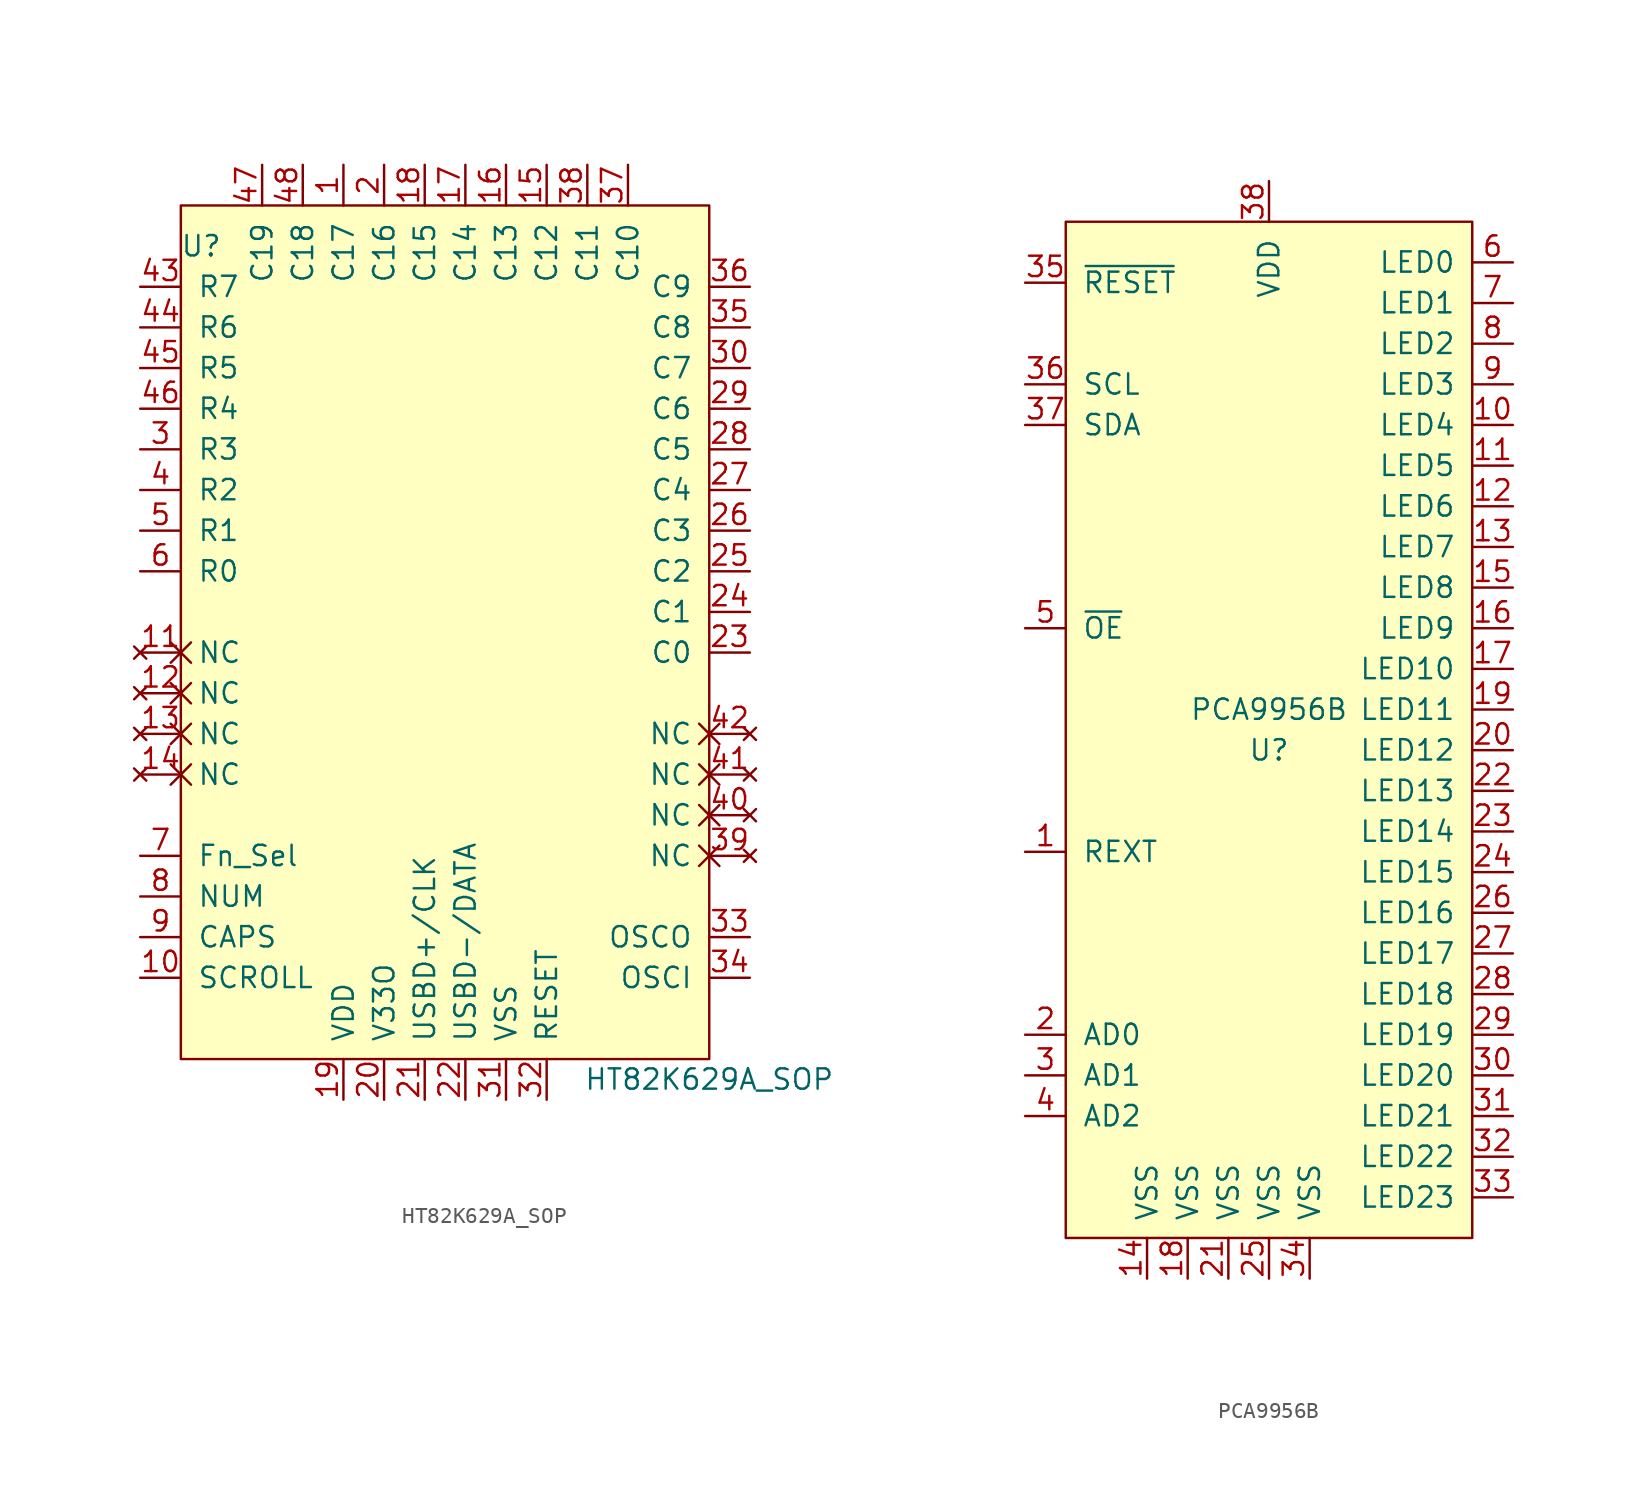
<source format=kicad_sym>
(kicad_symbol_lib
  (version 20231120)
  (generator "kicad_symbol_editor")
  (generator_version "8.0")
  (symbol "HT82K629A_SOP"
    (pin_names
      (offset 1.016))
    (property "Reference" "U"
      (at -15.24 24.13 0)
      (effects (font (size 1.27 1.27))))
    (property "Value" "HT82K629A_SOP"
      (at 16.51 -27.94 0)
      (effects (font (size 1.27 1.27))))
    (symbol "HT82K629A_SOP_0_1"
      (rectangle (start 16.51 26.67) (end -16.51 -26.67) (stroke (width 0) (type solid)) (fill (type background))))
    (symbol "HT82K629A_SOP_1_1"
      (pin output line (at -6.35 29.21 270) (length 2.54) (name "C17" (effects (font (size 1.27 1.27)))) (number "1" (effects (font (size 1.27 1.27)))))
      (pin output line (at -19.05 -21.59 0) (length 2.54) (name "SCROLL" (effects (font (size 1.27 1.27)))) (number "10" (effects (font (size 1.27 1.27)))))
      (pin no_connect non_logic (at -19.05 -1.27 0) (length 2.54) (name "NC" (effects (font (size 1.27 1.27)))) (number "11" (effects (font (size 1.27 1.27)))))
      (pin no_connect non_logic (at -19.05 -3.81 0) (length 2.54) (name "NC" (effects (font (size 1.27 1.27)))) (number "12" (effects (font (size 1.27 1.27)))))
      (pin no_connect non_logic (at -19.05 -6.35 0) (length 2.54) (name "NC" (effects (font (size 1.27 1.27)))) (number "13" (effects (font (size 1.27 1.27)))))
      (pin no_connect non_logic (at -19.05 -8.89 0) (length 2.54) (name "NC" (effects (font (size 1.27 1.27)))) (number "14" (effects (font (size 1.27 1.27)))))
      (pin output line (at 6.35 29.21 270) (length 2.54) (name "C12" (effects (font (size 1.27 1.27)))) (number "15" (effects (font (size 1.27 1.27)))))
      (pin output line (at 3.81 29.21 270) (length 2.54) (name "C13" (effects (font (size 1.27 1.27)))) (number "16" (effects (font (size 1.27 1.27)))))
      (pin output line (at 1.27 29.21 270) (length 2.54) (name "C14" (effects (font (size 1.27 1.27)))) (number "17" (effects (font (size 1.27 1.27)))))
      (pin output line (at -1.27 29.21 270) (length 2.54) (name "C15" (effects (font (size 1.27 1.27)))) (number "18" (effects (font (size 1.27 1.27)))))
      (pin power_in line (at -6.35 -29.21 90) (length 2.54) (name "VDD" (effects (font (size 1.27 1.27)))) (number "19" (effects (font (size 1.27 1.27)))))
      (pin output line (at -3.81 29.21 270) (length 2.54) (name "C16" (effects (font (size 1.27 1.27)))) (number "2" (effects (font (size 1.27 1.27)))))
      (pin power_out line (at -3.81 -29.21 90) (length 2.54) (name "V33O" (effects (font (size 1.27 1.27)))) (number "20" (effects (font (size 1.27 1.27)))))
      (pin bidirectional line (at -1.27 -29.21 90) (length 2.54) (name "USBD+/CLK" (effects (font (size 1.27 1.27)))) (number "21" (effects (font (size 1.27 1.27)))))
      (pin bidirectional line (at 1.27 -29.21 90) (length 2.54) (name "USBD-/DATA" (effects (font (size 1.27 1.27)))) (number "22" (effects (font (size 1.27 1.27)))))
      (pin output line (at 19.05 -1.27 180) (length 2.54) (name "C0" (effects (font (size 1.27 1.27)))) (number "23" (effects (font (size 1.27 1.27)))))
      (pin output line (at 19.05 1.27 180) (length 2.54) (name "C1" (effects (font (size 1.27 1.27)))) (number "24" (effects (font (size 1.27 1.27)))))
      (pin output line (at 19.05 3.81 180) (length 2.54) (name "C2" (effects (font (size 1.27 1.27)))) (number "25" (effects (font (size 1.27 1.27)))))
      (pin output line (at 19.05 6.35 180) (length 2.54) (name "C3" (effects (font (size 1.27 1.27)))) (number "26" (effects (font (size 1.27 1.27)))))
      (pin output line (at 19.05 8.89 180) (length 2.54) (name "C4" (effects (font (size 1.27 1.27)))) (number "27" (effects (font (size 1.27 1.27)))))
      (pin output line (at 19.05 11.43 180) (length 2.54) (name "C5" (effects (font (size 1.27 1.27)))) (number "28" (effects (font (size 1.27 1.27)))))
      (pin output line (at 19.05 13.97 180) (length 2.54) (name "C6" (effects (font (size 1.27 1.27)))) (number "29" (effects (font (size 1.27 1.27)))))
      (pin input line (at -19.05 11.43 0) (length 2.54) (name "R3" (effects (font (size 1.27 1.27)))) (number "3" (effects (font (size 1.27 1.27)))))
      (pin output line (at 19.05 16.51 180) (length 2.54) (name "C7" (effects (font (size 1.27 1.27)))) (number "30" (effects (font (size 1.27 1.27)))))
      (pin power_out line (at 3.81 -29.21 90) (length 2.54) (name "VSS" (effects (font (size 1.27 1.27)))) (number "31" (effects (font (size 1.27 1.27)))))
      (pin input line (at 6.35 -29.21 90) (length 2.54) (name "RESET" (effects (font (size 1.27 1.27)))) (number "32" (effects (font (size 1.27 1.27)))))
      (pin output line (at 19.05 -19.05 180) (length 2.54) (name "OSCO" (effects (font (size 1.27 1.27)))) (number "33" (effects (font (size 1.27 1.27)))))
      (pin input line (at 19.05 -21.59 180) (length 2.54) (name "OSCI" (effects (font (size 1.27 1.27)))) (number "34" (effects (font (size 1.27 1.27)))))
      (pin output line (at 19.05 19.05 180) (length 2.54) (name "C8" (effects (font (size 1.27 1.27)))) (number "35" (effects (font (size 1.27 1.27)))))
      (pin output line (at 19.05 21.59 180) (length 2.54) (name "C9" (effects (font (size 1.27 1.27)))) (number "36" (effects (font (size 1.27 1.27)))))
      (pin output line (at 11.43 29.21 270) (length 2.54) (name "C10" (effects (font (size 1.27 1.27)))) (number "37" (effects (font (size 1.27 1.27)))))
      (pin output line (at 8.89 29.21 270) (length 2.54) (name "C11" (effects (font (size 1.27 1.27)))) (number "38" (effects (font (size 1.27 1.27)))))
      (pin no_connect non_logic (at 19.05 -13.97 180) (length 2.54) (name "NC" (effects (font (size 1.27 1.27)))) (number "39" (effects (font (size 1.27 1.27)))))
      (pin input line (at -19.05 8.89 0) (length 2.54) (name "R2" (effects (font (size 1.27 1.27)))) (number "4" (effects (font (size 1.27 1.27)))))
      (pin no_connect non_logic (at 19.05 -11.43 180) (length 2.54) (name "NC" (effects (font (size 1.27 1.27)))) (number "40" (effects (font (size 1.27 1.27)))))
      (pin no_connect non_logic (at 19.05 -8.89 180) (length 2.54) (name "NC" (effects (font (size 1.27 1.27)))) (number "41" (effects (font (size 1.27 1.27)))))
      (pin no_connect non_logic (at 19.05 -6.35 180) (length 2.54) (name "NC" (effects (font (size 1.27 1.27)))) (number "42" (effects (font (size 1.27 1.27)))))
      (pin input line (at -19.05 21.59 0) (length 2.54) (name "R7" (effects (font (size 1.27 1.27)))) (number "43" (effects (font (size 1.27 1.27)))))
      (pin input line (at -19.05 19.05 0) (length 2.54) (name "R6" (effects (font (size 1.27 1.27)))) (number "44" (effects (font (size 1.27 1.27)))))
      (pin input line (at -19.05 16.51 0) (length 2.54) (name "R5" (effects (font (size 1.27 1.27)))) (number "45" (effects (font (size 1.27 1.27)))))
      (pin input line (at -19.05 13.97 0) (length 2.54) (name "R4" (effects (font (size 1.27 1.27)))) (number "46" (effects (font (size 1.27 1.27)))))
      (pin output line (at -11.43 29.21 270) (length 2.54) (name "C19" (effects (font (size 1.27 1.27)))) (number "47" (effects (font (size 1.27 1.27)))))
      (pin output line (at -8.89 29.21 270) (length 2.54) (name "C18" (effects (font (size 1.27 1.27)))) (number "48" (effects (font (size 1.27 1.27)))))
      (pin input line (at -19.05 6.35 0) (length 2.54) (name "R1" (effects (font (size 1.27 1.27)))) (number "5" (effects (font (size 1.27 1.27)))))
      (pin input line (at -19.05 3.81 0) (length 2.54) (name "R0" (effects (font (size 1.27 1.27)))) (number "6" (effects (font (size 1.27 1.27)))))
      (pin input line (at -19.05 -13.97 0) (length 2.54) (name "Fn_Sel" (effects (font (size 1.27 1.27)))) (number "7" (effects (font (size 1.27 1.27)))))
      (pin output line (at -19.05 -16.51 0) (length 2.54) (name "NUM" (effects (font (size 1.27 1.27)))) (number "8" (effects (font (size 1.27 1.27)))))
      (pin output line (at -19.05 -19.05 0) (length 2.54) (name "CAPS" (effects (font (size 1.27 1.27)))) (number "9" (effects (font (size 1.27 1.27)))))))
  (symbol "PCA9956B"
    (pin_names
      (offset 1.016))
    (property "Reference" "U"
      (at 0 -1.27 0)
      (effects (font (size 1.27 1.27))))
    (property "Value" "PCA9956B"
      (at 0 1.27 0)
      (effects (font (size 1.27 1.27))))
    (symbol "PCA9956B_0_1"
      (rectangle (start 12.7 -31.75) (end -12.7 31.75) (stroke (width 0) (type solid)) (fill (type background))))
    (symbol "PCA9956B_1_1"
      (pin input line (at -15.24 -7.62 0) (length 2.54) (name "REXT" (effects (font (size 1.27 1.27)))) (number "1" (effects (font (size 1.27 1.27)))))
      (pin output line (at 15.24 19.05 180) (length 2.54) (name "LED4" (effects (font (size 1.27 1.27)))) (number "10" (effects (font (size 1.27 1.27)))))
      (pin output line (at 15.24 16.51 180) (length 2.54) (name "LED5" (effects (font (size 1.27 1.27)))) (number "11" (effects (font (size 1.27 1.27)))))
      (pin output line (at 15.24 13.97 180) (length 2.54) (name "LED6" (effects (font (size 1.27 1.27)))) (number "12" (effects (font (size 1.27 1.27)))))
      (pin output line (at 15.24 11.43 180) (length 2.54) (name "LED7" (effects (font (size 1.27 1.27)))) (number "13" (effects (font (size 1.27 1.27)))))
      (pin power_out line (at -7.62 -34.29 90) (length 2.54) (name "VSS" (effects (font (size 1.27 1.27)))) (number "14" (effects (font (size 1.27 1.27)))))
      (pin output line (at 15.24 8.89 180) (length 2.54) (name "LED8" (effects (font (size 1.27 1.27)))) (number "15" (effects (font (size 1.27 1.27)))))
      (pin output line (at 15.24 6.35 180) (length 2.54) (name "LED9" (effects (font (size 1.27 1.27)))) (number "16" (effects (font (size 1.27 1.27)))))
      (pin output line (at 15.24 3.81 180) (length 2.54) (name "LED10" (effects (font (size 1.27 1.27)))) (number "17" (effects (font (size 1.27 1.27)))))
      (pin power_out line (at -5.08 -34.29 90) (length 2.54) (name "VSS" (effects (font (size 1.27 1.27)))) (number "18" (effects (font (size 1.27 1.27)))))
      (pin output line (at 15.24 1.27 180) (length 2.54) (name "LED11" (effects (font (size 1.27 1.27)))) (number "19" (effects (font (size 1.27 1.27)))))
      (pin input line (at -15.24 -19.05 0) (length 2.54) (name "AD0" (effects (font (size 1.27 1.27)))) (number "2" (effects (font (size 1.27 1.27)))))
      (pin output line (at 15.24 -1.27 180) (length 2.54) (name "LED12" (effects (font (size 1.27 1.27)))) (number "20" (effects (font (size 1.27 1.27)))))
      (pin power_out line (at -2.54 -34.29 90) (length 2.54) (name "VSS" (effects (font (size 1.27 1.27)))) (number "21" (effects (font (size 1.27 1.27)))))
      (pin output line (at 15.24 -3.81 180) (length 2.54) (name "LED13" (effects (font (size 1.27 1.27)))) (number "22" (effects (font (size 1.27 1.27)))))
      (pin output line (at 15.24 -6.35 180) (length 2.54) (name "LED14" (effects (font (size 1.27 1.27)))) (number "23" (effects (font (size 1.27 1.27)))))
      (pin output line (at 15.24 -8.89 180) (length 2.54) (name "LED15" (effects (font (size 1.27 1.27)))) (number "24" (effects (font (size 1.27 1.27)))))
      (pin power_out line (at 0 -34.29 90) (length 2.54) (name "VSS" (effects (font (size 1.27 1.27)))) (number "25" (effects (font (size 1.27 1.27)))))
      (pin output line (at 15.24 -11.43 180) (length 2.54) (name "LED16" (effects (font (size 1.27 1.27)))) (number "26" (effects (font (size 1.27 1.27)))))
      (pin output line (at 15.24 -13.97 180) (length 2.54) (name "LED17" (effects (font (size 1.27 1.27)))) (number "27" (effects (font (size 1.27 1.27)))))
      (pin output line (at 15.24 -16.51 180) (length 2.54) (name "LED18" (effects (font (size 1.27 1.27)))) (number "28" (effects (font (size 1.27 1.27)))))
      (pin output line (at 15.24 -19.05 180) (length 2.54) (name "LED19" (effects (font (size 1.27 1.27)))) (number "29" (effects (font (size 1.27 1.27)))))
      (pin input line (at -15.24 -21.59 0) (length 2.54) (name "AD1" (effects (font (size 1.27 1.27)))) (number "3" (effects (font (size 1.27 1.27)))))
      (pin output line (at 15.24 -21.59 180) (length 2.54) (name "LED20" (effects (font (size 1.27 1.27)))) (number "30" (effects (font (size 1.27 1.27)))))
      (pin output line (at 15.24 -24.13 180) (length 2.54) (name "LED21" (effects (font (size 1.27 1.27)))) (number "31" (effects (font (size 1.27 1.27)))))
      (pin output line (at 15.24 -26.67 180) (length 2.54) (name "LED22" (effects (font (size 1.27 1.27)))) (number "32" (effects (font (size 1.27 1.27)))))
      (pin output line (at 15.24 -29.21 180) (length 2.54) (name "LED23" (effects (font (size 1.27 1.27)))) (number "33" (effects (font (size 1.27 1.27)))))
      (pin power_out line (at 2.54 -34.29 90) (length 2.54) (name "VSS" (effects (font (size 1.27 1.27)))) (number "34" (effects (font (size 1.27 1.27)))))
      (pin input line (at -15.24 27.94 0) (length 2.54) (name "~{RESET}" (effects (font (size 1.27 1.27)))) (number "35" (effects (font (size 1.27 1.27)))))
      (pin input line (at -15.24 21.59 0) (length 2.54) (name "SCL" (effects (font (size 1.27 1.27)))) (number "36" (effects (font (size 1.27 1.27)))))
      (pin bidirectional line (at -15.24 19.05 0) (length 2.54) (name "SDA" (effects (font (size 1.27 1.27)))) (number "37" (effects (font (size 1.27 1.27)))))
      (pin power_in line (at 0 34.29 270) (length 2.54) (name "VDD" (effects (font (size 1.27 1.27)))) (number "38" (effects (font (size 1.27 1.27)))))
      (pin input line (at -15.24 -24.13 0) (length 2.54) (name "AD2" (effects (font (size 1.27 1.27)))) (number "4" (effects (font (size 1.27 1.27)))))
      (pin input line (at -15.24 6.35 0) (length 2.54) (name "~{OE}" (effects (font (size 1.27 1.27)))) (number "5" (effects (font (size 1.27 1.27)))))
      (pin output line (at 15.24 29.21 180) (length 2.54) (name "LED0" (effects (font (size 1.27 1.27)))) (number "6" (effects (font (size 1.27 1.27)))))
      (pin output line (at 15.24 26.67 180) (length 2.54) (name "LED1" (effects (font (size 1.27 1.27)))) (number "7" (effects (font (size 1.27 1.27)))))
      (pin output line (at 15.24 24.13 180) (length 2.54) (name "LED2" (effects (font (size 1.27 1.27)))) (number "8" (effects (font (size 1.27 1.27)))))
      (pin output line (at 15.24 21.59 180) (length 2.54) (name "LED3" (effects (font (size 1.27 1.27)))) (number "9" (effects (font (size 1.27 1.27))))))))
</source>
